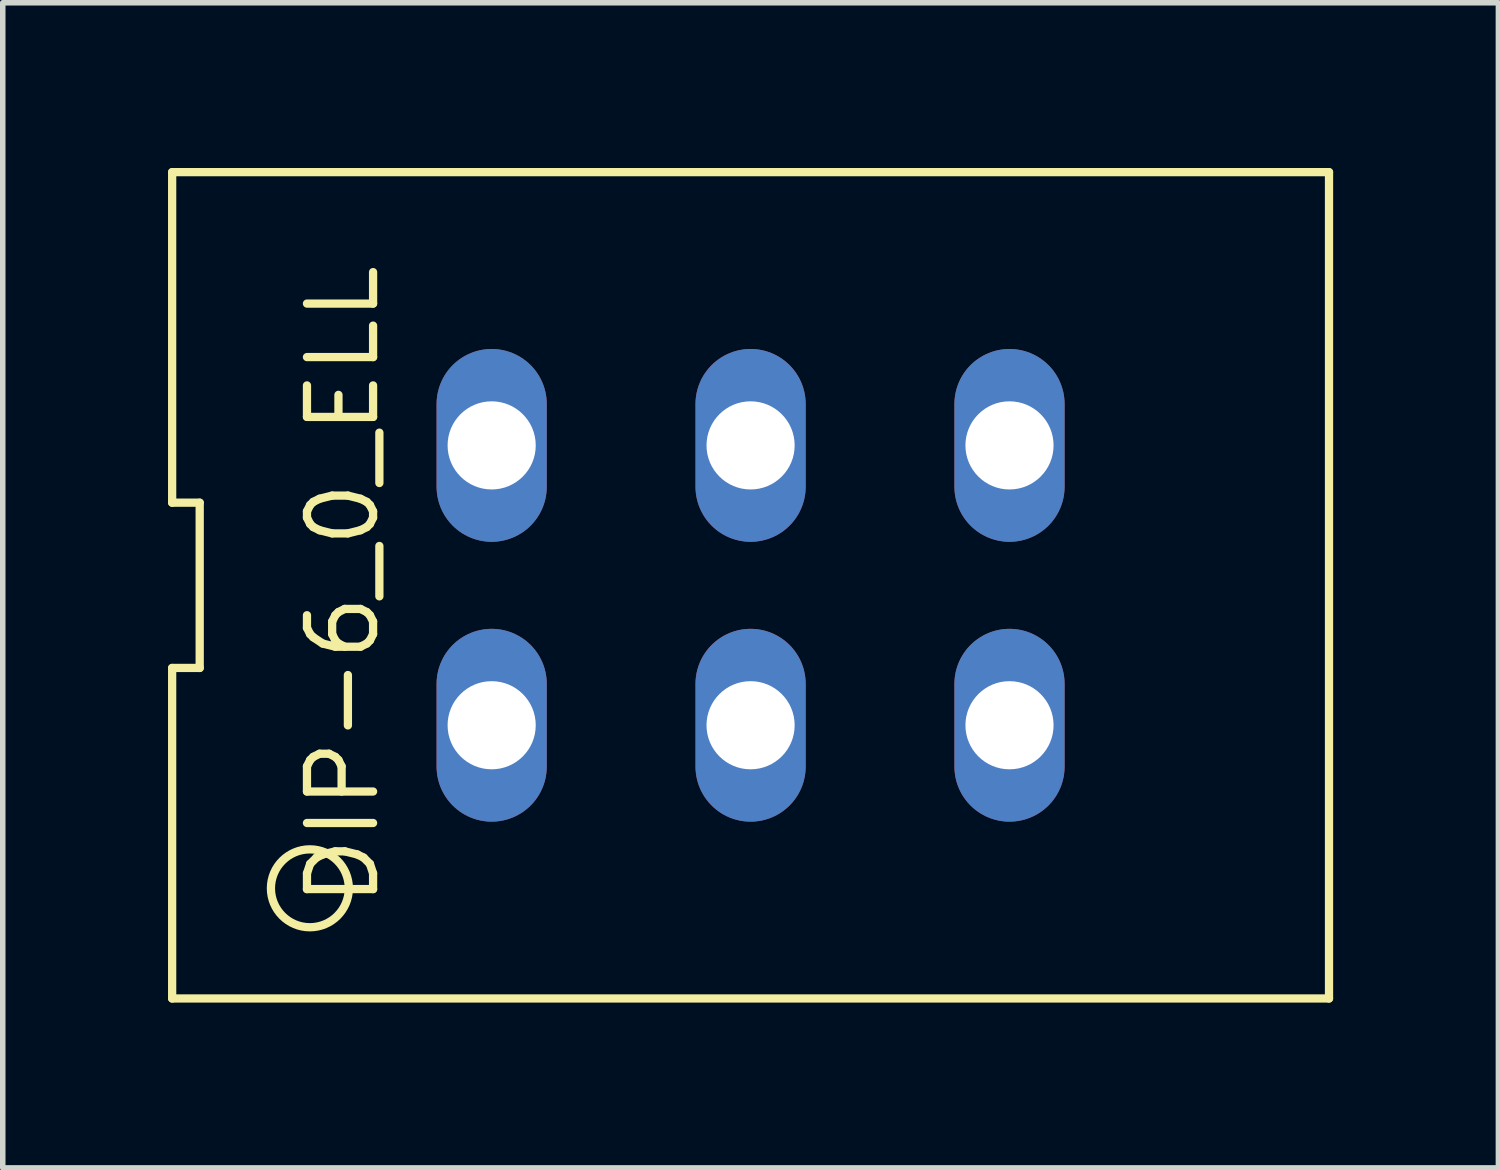
<source format=kicad_pcb>
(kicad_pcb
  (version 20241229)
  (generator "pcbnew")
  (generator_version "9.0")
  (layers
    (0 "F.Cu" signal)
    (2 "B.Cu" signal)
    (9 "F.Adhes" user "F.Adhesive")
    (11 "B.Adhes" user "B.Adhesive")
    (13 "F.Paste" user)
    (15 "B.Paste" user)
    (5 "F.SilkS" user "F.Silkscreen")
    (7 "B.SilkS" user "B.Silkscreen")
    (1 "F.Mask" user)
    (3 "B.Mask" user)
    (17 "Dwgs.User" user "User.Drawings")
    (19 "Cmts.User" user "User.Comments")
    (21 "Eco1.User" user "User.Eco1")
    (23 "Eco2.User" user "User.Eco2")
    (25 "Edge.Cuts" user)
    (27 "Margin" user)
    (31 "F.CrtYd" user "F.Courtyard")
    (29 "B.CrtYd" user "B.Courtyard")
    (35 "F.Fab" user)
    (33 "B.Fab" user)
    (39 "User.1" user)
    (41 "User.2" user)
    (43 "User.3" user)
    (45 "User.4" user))
  (footprint "DIP-6_0_ELL"
    (layer "F.Cu")
    (at 10.575 7.575)
    (property "Reference" "DIP-6_0_ELL" (at -7.4 0 90) (layer "F.SilkS") (effects (font (size 1.2 1.2) (thickness 0.15))))
    (attr through_hole)
    (fp_line (start -10.5 -7.5) (end -10.5 -1.5) (stroke (width 0.15) (type solid)) (layer "F.SilkS"))
    (fp_line (start -10.5 1.5) (end -10.5 7.5) (stroke (width 0.15) (type solid)) (layer "F.SilkS"))
    (fp_line (start -10.5 1.5) (end -10 1.5) (stroke (width 0.15) (type solid)) (layer "F.SilkS"))
    (fp_line (start -10.5 7.5) (end 10.5 7.5) (stroke (width 0.15) (type solid)) (layer "F.SilkS"))
    (fp_line (start -10 -1.5) (end -10.5 -1.5) (stroke (width 0.15) (type solid)) (layer "F.SilkS"))
    (fp_line (start -10 -1.5) (end -10 1.5) (stroke (width 0.15) (type solid)) (layer "F.SilkS"))
    (fp_line (start 10.5 -7.5) (end -10.5 -7.5) (stroke (width 0.15) (type solid)) (layer "F.SilkS"))
    (fp_line (start 10.5 7.5) (end 10.5 -7.5) (stroke (width 0.15) (type solid)) (layer "F.SilkS"))
    (fp_circle (center -8 5.5) (end -7.5 6) (stroke (width 0.15) (type solid)) (fill no) (layer "F.SilkS"))
    (pad "1" thru_hole oval (at -4.7 2.54) (size 2 3.5) (drill 1.6) (layers "*.Cu" "*.Mask"))
    (pad "2" thru_hole oval (at 0 2.54) (size 2 3.5) (drill 1.6) (layers "*.Cu" "*.Mask"))
    (pad "3" thru_hole oval (at 4.7 2.54) (size 2 3.5) (drill 1.6) (layers "*.Cu" "*.Mask"))
    (pad "4" thru_hole oval (at 4.7 -2.54) (size 2 3.5) (drill 1.6) (layers "*.Cu" "*.Mask"))
    (pad "5" thru_hole oval (at 0 -2.54) (size 2 3.5) (drill 1.6) (layers "*.Cu" "*.Mask"))
    (pad "6" thru_hole oval (at -4.7 -2.54) (size 2 3.5) (drill 1.6) (layers "*.Cu" "*.Mask")))
  (gr_rect
    (start -3 -3)
    (end 24.15 18.15)
    (stroke (width 0.1) (type default))
    (fill no)
    (layer "Edge.Cuts")))
</source>
